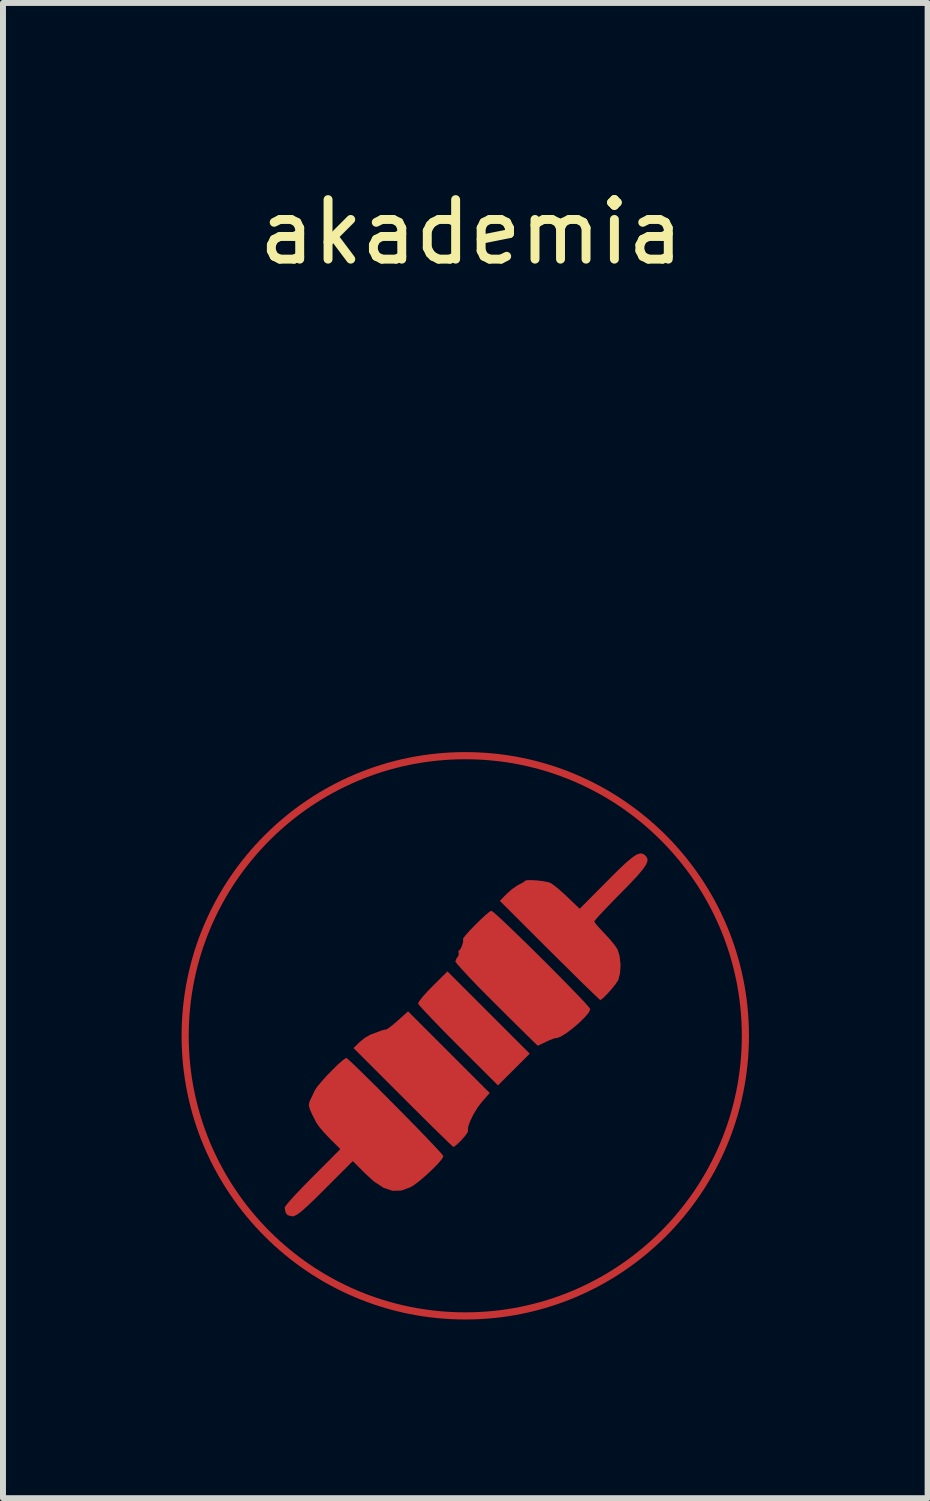
<source format=kicad_pcb>
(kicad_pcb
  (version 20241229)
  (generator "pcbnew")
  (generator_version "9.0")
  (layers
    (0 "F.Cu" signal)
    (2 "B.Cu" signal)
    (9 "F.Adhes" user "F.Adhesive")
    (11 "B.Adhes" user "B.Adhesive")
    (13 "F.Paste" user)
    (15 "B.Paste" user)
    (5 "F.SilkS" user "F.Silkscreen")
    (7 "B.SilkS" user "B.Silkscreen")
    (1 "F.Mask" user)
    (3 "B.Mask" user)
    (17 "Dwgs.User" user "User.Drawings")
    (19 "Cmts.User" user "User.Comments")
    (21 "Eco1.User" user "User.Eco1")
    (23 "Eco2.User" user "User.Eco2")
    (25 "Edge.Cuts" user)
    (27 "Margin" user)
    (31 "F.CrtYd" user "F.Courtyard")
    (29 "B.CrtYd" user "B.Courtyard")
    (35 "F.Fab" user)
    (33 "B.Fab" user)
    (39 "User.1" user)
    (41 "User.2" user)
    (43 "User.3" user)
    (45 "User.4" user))
  (footprint "akademia"
    (layer "F.Cu")
    (at 4.765 14.348)
    (property "Reference" "akademia" (at 0.1 -13.5 0) (unlocked yes) (layer "F.SilkS") (effects (font (size 1 1) (thickness 0.15))))
    (attr smd)
    (fp_circle (center 0 0) (end 4.705 0) (stroke (width 0.12) (type solid)) (fill no) (layer "F.Cu"))
    (fp_poly (pts (xy 1.083 0.3) (xy 0.816 0.567) (xy 0.549 0.833) (xy -0.117 0.168) (xy -0.29 -0.006) (xy -0.447 -0.166) (xy -0.581 -0.306) (xy -0.688 -0.419) (xy -0.76 -0.498) (xy -0.792 -0.539) (xy -0.793 -0.541) (xy -0.774 -0.58) (xy -0.717 -0.654) (xy -0.63 -0.751) (xy -0.55 -0.833) (xy -0.299 -1.082)) (stroke (width 0) (type solid)) (fill yes) (layer "F.Cu"))
    (fp_poly (pts (xy 0.411 0.961) (xy 0.275 1.116) (xy 0.206 1.207) (xy 0.14 1.316) (xy 0.086 1.426) (xy 0.051 1.52) (xy 0.043 1.582) (xy 0.048 1.593) (xy 0.038 1.624) (xy -0.005 1.684) (xy -0.067 1.755) (xy -0.132 1.819) (xy -0.183 1.86) (xy -0.2 1.867) (xy -0.227 1.844) (xy -0.295 1.779) (xy -0.399 1.678) (xy -0.535 1.545) (xy -0.695 1.387) (xy -0.875 1.208) (xy -1.047 1.036) (xy -1.877 0.206) (xy -1.78 0.11) (xy -1.69 0.036) (xy -1.596 -0.018) (xy -1.583 -0.023) (xy -1.489 -0.058) (xy -1.417 -0.086) (xy -1.353 -0.104) (xy -1.328 -0.106) (xy -1.294 -0.125) (xy -1.225 -0.177) (xy -1.137 -0.253) (xy -1.133 -0.256) (xy -0.961 -0.411)) (stroke (width 0) (type solid)) (fill yes) (layer "F.Cu"))
    (fp_poly (pts (xy 0.472 -2.077) (xy 0.545 -2.013) (xy 0.651 -1.915) (xy 0.784 -1.788) (xy 0.936 -1.641) (xy 1.102 -1.479) (xy 1.274 -1.308) (xy 1.446 -1.137) (xy 1.611 -0.97) (xy 1.762 -0.816) (xy 1.894 -0.68) (xy 1.998 -0.569) (xy 2.069 -0.49) (xy 2.099 -0.45) (xy 2.1 -0.447) (xy 2.075 -0.39) (xy 2.007 -0.31) (xy 1.912 -0.217) (xy 1.804 -0.124) (xy 1.695 -0.042) (xy 1.6 0.016) (xy 1.533 0.039) (xy 1.524 0.038) (xy 1.481 0.048) (xy 1.402 0.08) (xy 1.359 0.1) (xy 1.277 0.139) (xy 1.225 0.163) (xy 1.217 0.167) (xy 1.193 0.144) (xy 1.128 0.08) (xy 1.027 -0.019) (xy 0.897 -0.147) (xy 0.743 -0.299) (xy 0.572 -0.469) (xy 0.523 -0.518) (xy 0.347 -0.694) (xy 0.188 -0.856) (xy 0.051 -0.999) (xy -0.057 -1.116) (xy -0.131 -1.2) (xy -0.165 -1.245) (xy -0.167 -1.249) (xy -0.144 -1.307) (xy -0.131 -1.318) (xy -0.109 -1.364) (xy -0.113 -1.387) (xy -0.114 -1.428) (xy -0.103 -1.433) (xy -0.08 -1.459) (xy -0.054 -1.517) (xy -0.036 -1.578) (xy -0.035 -1.615) (xy -0.039 -1.617) (xy -0.034 -1.639) (xy 0.01 -1.695) (xy 0.08 -1.773) (xy 0.166 -1.862) (xy 0.256 -1.95) (xy 0.339 -2.027) (xy 0.403 -2.081) (xy 0.438 -2.1)) (stroke (width 0) (type solid)) (fill yes) (layer "F.Cu"))
    (fp_poly (pts (xy -1.962 0.4) (xy -1.889 0.467) (xy -1.784 0.569) (xy -1.652 0.698) (xy -1.501 0.847) (xy -1.338 1.011) (xy -1.168 1.182) (xy -0.999 1.353) (xy -0.837 1.518) (xy -0.689 1.671) (xy -0.562 1.804) (xy -0.461 1.911) (xy -0.394 1.986) (xy -0.367 2.02) (xy -0.367 2.021) (xy -0.391 2.068) (xy -0.454 2.144) (xy -0.545 2.237) (xy -0.651 2.336) (xy -0.758 2.429) (xy -0.855 2.503) (xy -0.917 2.542) (xy -1.071 2.599) (xy -1.22 2.604) (xy -1.372 2.554) (xy -1.534 2.447) (xy -1.687 2.307) (xy -1.889 2.105) (xy -2.353 2.569) (xy -2.523 2.738) (xy -2.654 2.862) (xy -2.752 2.949) (xy -2.824 3.003) (xy -2.877 3.029) (xy -2.904 3.033) (xy -2.979 3.015) (xy -3.013 2.981) (xy -3.031 2.908) (xy -3.033 2.884) (xy -3.011 2.848) (xy -2.948 2.773) (xy -2.852 2.667) (xy -2.729 2.538) (xy -2.588 2.394) (xy -2.566 2.372) (xy -2.098 1.903) (xy -2.276 1.727) (xy -2.372 1.625) (xy -2.455 1.527) (xy -2.506 1.452) (xy -2.507 1.45) (xy -2.573 1.319) (xy -2.612 1.231) (xy -2.627 1.172) (xy -2.622 1.125) (xy -2.606 1.083) (xy -2.559 0.985) (xy -2.527 0.916) (xy -2.488 0.856) (xy -2.417 0.771) (xy -2.328 0.672) (xy -2.23 0.571) (xy -2.137 0.48) (xy -2.058 0.411) (xy -2.007 0.375) (xy -1.996 0.373)) (stroke (width 0) (type solid)) (fill yes) (layer "F.Cu"))
    (fp_poly (pts (xy 2.985 -3.057) (xy 3.026 -3.027) (xy 3.027 -3.027) (xy 3.056 -2.986) (xy 3.062 -2.939) (xy 3.039 -2.878) (xy 2.985 -2.798) (xy 2.894 -2.69) (xy 2.763 -2.55) (xy 2.617 -2.401) (xy 2.477 -2.259) (xy 2.355 -2.132) (xy 2.257 -2.028) (xy 2.192 -1.955) (xy 2.167 -1.921) (xy 2.167 -1.92) (xy 2.188 -1.885) (xy 2.246 -1.818) (xy 2.327 -1.731) (xy 2.336 -1.722) (xy 2.429 -1.621) (xy 2.51 -1.522) (xy 2.558 -1.451) (xy 2.593 -1.338) (xy 2.608 -1.195) (xy 2.6 -1.051) (xy 2.571 -0.938) (xy 2.567 -0.932) (xy 2.526 -0.869) (xy 2.462 -0.789) (xy 2.388 -0.707) (xy 2.321 -0.639) (xy 2.276 -0.603) (xy 2.268 -0.6) (xy 2.241 -0.623) (xy 2.173 -0.688) (xy 2.068 -0.789) (xy 1.932 -0.921) (xy 1.772 -1.08) (xy 1.591 -1.259) (xy 1.415 -1.433) (xy 0.581 -2.266) (xy 0.692 -2.381) (xy 0.782 -2.461) (xy 0.874 -2.525) (xy 0.902 -2.54) (xy 0.969 -2.574) (xy 1 -2.599) (xy 1 -2.6) (xy 1.029 -2.613) (xy 1.104 -2.615) (xy 1.203 -2.61) (xy 1.307 -2.597) (xy 1.394 -2.58) (xy 1.437 -2.565) (xy 1.498 -2.522) (xy 1.589 -2.447) (xy 1.693 -2.353) (xy 1.719 -2.328) (xy 1.922 -2.134) (xy 2.385 -2.6) (xy 2.559 -2.774) (xy 2.695 -2.903) (xy 2.799 -2.991) (xy 2.878 -3.044) (xy 2.938 -3.064)) (stroke (width 0) (type solid)) (fill yes) (layer "F.Cu"))
    (fp_circle (center 0 0) (end 4.705 0) (stroke (width 0.12) (type solid)) (fill no) (layer "F.Mask"))
    (fp_poly (pts (xy 1.083 0.3) (xy 0.816 0.567) (xy 0.549 0.833) (xy -0.117 0.168) (xy -0.29 -0.006) (xy -0.447 -0.166) (xy -0.581 -0.306) (xy -0.688 -0.419) (xy -0.76 -0.498) (xy -0.792 -0.539) (xy -0.793 -0.541) (xy -0.774 -0.58) (xy -0.717 -0.654) (xy -0.63 -0.751) (xy -0.55 -0.833) (xy -0.299 -1.082)) (stroke (width 0) (type solid)) (fill yes) (layer "F.Mask"))
    (fp_poly (pts (xy 0.411 0.961) (xy 0.275 1.116) (xy 0.206 1.207) (xy 0.14 1.316) (xy 0.086 1.426) (xy 0.051 1.52) (xy 0.043 1.582) (xy 0.048 1.593) (xy 0.038 1.624) (xy -0.005 1.684) (xy -0.067 1.755) (xy -0.132 1.819) (xy -0.183 1.86) (xy -0.2 1.867) (xy -0.227 1.844) (xy -0.295 1.779) (xy -0.399 1.678) (xy -0.535 1.545) (xy -0.695 1.387) (xy -0.875 1.208) (xy -1.047 1.036) (xy -1.877 0.206) (xy -1.78 0.11) (xy -1.69 0.036) (xy -1.596 -0.018) (xy -1.583 -0.023) (xy -1.489 -0.058) (xy -1.417 -0.086) (xy -1.353 -0.104) (xy -1.328 -0.106) (xy -1.294 -0.125) (xy -1.225 -0.177) (xy -1.137 -0.253) (xy -1.133 -0.256) (xy -0.961 -0.411)) (stroke (width 0) (type solid)) (fill yes) (layer "F.Mask"))
    (fp_poly (pts (xy 0.472 -2.077) (xy 0.545 -2.013) (xy 0.651 -1.915) (xy 0.784 -1.788) (xy 0.936 -1.641) (xy 1.102 -1.479) (xy 1.274 -1.308) (xy 1.446 -1.137) (xy 1.611 -0.97) (xy 1.762 -0.816) (xy 1.894 -0.68) (xy 1.998 -0.569) (xy 2.069 -0.49) (xy 2.099 -0.45) (xy 2.1 -0.447) (xy 2.075 -0.39) (xy 2.007 -0.31) (xy 1.912 -0.217) (xy 1.804 -0.124) (xy 1.695 -0.042) (xy 1.6 0.016) (xy 1.533 0.039) (xy 1.524 0.038) (xy 1.481 0.048) (xy 1.402 0.08) (xy 1.359 0.1) (xy 1.277 0.139) (xy 1.225 0.163) (xy 1.217 0.167) (xy 1.193 0.144) (xy 1.128 0.08) (xy 1.027 -0.019) (xy 0.897 -0.147) (xy 0.743 -0.299) (xy 0.572 -0.469) (xy 0.523 -0.518) (xy 0.347 -0.694) (xy 0.188 -0.856) (xy 0.051 -0.999) (xy -0.057 -1.116) (xy -0.131 -1.2) (xy -0.165 -1.245) (xy -0.167 -1.249) (xy -0.144 -1.307) (xy -0.131 -1.318) (xy -0.109 -1.364) (xy -0.113 -1.387) (xy -0.114 -1.428) (xy -0.103 -1.433) (xy -0.08 -1.459) (xy -0.054 -1.517) (xy -0.036 -1.578) (xy -0.035 -1.615) (xy -0.039 -1.617) (xy -0.034 -1.639) (xy 0.01 -1.695) (xy 0.08 -1.773) (xy 0.166 -1.862) (xy 0.256 -1.95) (xy 0.339 -2.027) (xy 0.403 -2.081) (xy 0.438 -2.1)) (stroke (width 0) (type solid)) (fill yes) (layer "F.Mask"))
    (fp_poly (pts (xy -1.962 0.4) (xy -1.889 0.467) (xy -1.784 0.569) (xy -1.652 0.698) (xy -1.501 0.847) (xy -1.338 1.011) (xy -1.168 1.182) (xy -0.999 1.353) (xy -0.837 1.518) (xy -0.689 1.671) (xy -0.562 1.804) (xy -0.461 1.911) (xy -0.394 1.986) (xy -0.367 2.02) (xy -0.367 2.021) (xy -0.391 2.068) (xy -0.454 2.144) (xy -0.545 2.237) (xy -0.651 2.336) (xy -0.758 2.429) (xy -0.855 2.503) (xy -0.917 2.542) (xy -1.071 2.599) (xy -1.22 2.604) (xy -1.372 2.554) (xy -1.534 2.447) (xy -1.687 2.307) (xy -1.889 2.105) (xy -2.353 2.569) (xy -2.523 2.738) (xy -2.654 2.862) (xy -2.752 2.949) (xy -2.824 3.003) (xy -2.877 3.029) (xy -2.904 3.033) (xy -2.979 3.015) (xy -3.013 2.981) (xy -3.031 2.908) (xy -3.033 2.884) (xy -3.011 2.848) (xy -2.948 2.773) (xy -2.852 2.667) (xy -2.729 2.538) (xy -2.588 2.394) (xy -2.566 2.372) (xy -2.098 1.903) (xy -2.276 1.727) (xy -2.372 1.625) (xy -2.455 1.527) (xy -2.506 1.452) (xy -2.507 1.45) (xy -2.573 1.319) (xy -2.612 1.231) (xy -2.627 1.172) (xy -2.622 1.125) (xy -2.606 1.083) (xy -2.559 0.985) (xy -2.527 0.916) (xy -2.488 0.856) (xy -2.417 0.771) (xy -2.328 0.672) (xy -2.23 0.571) (xy -2.137 0.48) (xy -2.058 0.411) (xy -2.007 0.375) (xy -1.996 0.373)) (stroke (width 0) (type solid)) (fill yes) (layer "F.Mask"))
    (fp_poly (pts (xy 2.985 -3.057) (xy 3.026 -3.027) (xy 3.027 -3.027) (xy 3.056 -2.986) (xy 3.062 -2.939) (xy 3.039 -2.878) (xy 2.985 -2.798) (xy 2.894 -2.69) (xy 2.763 -2.55) (xy 2.617 -2.401) (xy 2.477 -2.259) (xy 2.355 -2.132) (xy 2.257 -2.028) (xy 2.192 -1.955) (xy 2.167 -1.921) (xy 2.167 -1.92) (xy 2.188 -1.885) (xy 2.246 -1.818) (xy 2.327 -1.731) (xy 2.336 -1.722) (xy 2.429 -1.621) (xy 2.51 -1.522) (xy 2.558 -1.451) (xy 2.593 -1.338) (xy 2.608 -1.195) (xy 2.6 -1.051) (xy 2.571 -0.938) (xy 2.567 -0.932) (xy 2.526 -0.869) (xy 2.462 -0.789) (xy 2.388 -0.707) (xy 2.321 -0.639) (xy 2.276 -0.603) (xy 2.268 -0.6) (xy 2.241 -0.623) (xy 2.173 -0.688) (xy 2.068 -0.789) (xy 1.932 -0.921) (xy 1.772 -1.08) (xy 1.591 -1.259) (xy 1.415 -1.433) (xy 0.581 -2.266) (xy 0.692 -2.381) (xy 0.782 -2.461) (xy 0.874 -2.525) (xy 0.902 -2.54) (xy 0.969 -2.574) (xy 1 -2.599) (xy 1 -2.6) (xy 1.029 -2.613) (xy 1.104 -2.615) (xy 1.203 -2.61) (xy 1.307 -2.597) (xy 1.394 -2.58) (xy 1.437 -2.565) (xy 1.498 -2.522) (xy 1.589 -2.447) (xy 1.693 -2.353) (xy 1.719 -2.328) (xy 1.922 -2.134) (xy 2.385 -2.6) (xy 2.559 -2.774) (xy 2.695 -2.903) (xy 2.799 -2.991) (xy 2.878 -3.044) (xy 2.938 -3.064)) (stroke (width 0) (type solid)) (fill yes) (layer "F.Mask"))
    (fp_circle (center 0 0) (end 4.705 0) (stroke (width 0.12) (type solid)) (fill no) (layer "F.Paste"))
    (fp_poly (pts (xy 1.083 0.3) (xy 0.816 0.567) (xy 0.549 0.833) (xy -0.117 0.168) (xy -0.29 -0.006) (xy -0.447 -0.166) (xy -0.581 -0.306) (xy -0.688 -0.419) (xy -0.76 -0.498) (xy -0.792 -0.539) (xy -0.793 -0.541) (xy -0.774 -0.58) (xy -0.717 -0.654) (xy -0.63 -0.751) (xy -0.55 -0.833) (xy -0.299 -1.082)) (stroke (width 0) (type solid)) (fill yes) (layer "F.Paste"))
    (fp_poly (pts (xy 0.411 0.961) (xy 0.275 1.116) (xy 0.206 1.207) (xy 0.14 1.316) (xy 0.086 1.426) (xy 0.051 1.52) (xy 0.043 1.582) (xy 0.048 1.593) (xy 0.038 1.624) (xy -0.005 1.684) (xy -0.067 1.755) (xy -0.132 1.819) (xy -0.183 1.86) (xy -0.2 1.867) (xy -0.227 1.844) (xy -0.295 1.779) (xy -0.399 1.678) (xy -0.535 1.545) (xy -0.695 1.387) (xy -0.875 1.208) (xy -1.047 1.036) (xy -1.877 0.206) (xy -1.78 0.11) (xy -1.69 0.036) (xy -1.596 -0.018) (xy -1.583 -0.023) (xy -1.489 -0.058) (xy -1.417 -0.086) (xy -1.353 -0.104) (xy -1.328 -0.106) (xy -1.294 -0.125) (xy -1.225 -0.177) (xy -1.137 -0.253) (xy -1.133 -0.256) (xy -0.961 -0.411)) (stroke (width 0) (type solid)) (fill yes) (layer "F.Paste"))
    (fp_poly (pts (xy 0.472 -2.077) (xy 0.545 -2.013) (xy 0.651 -1.915) (xy 0.784 -1.788) (xy 0.936 -1.641) (xy 1.102 -1.479) (xy 1.274 -1.308) (xy 1.446 -1.137) (xy 1.611 -0.97) (xy 1.762 -0.816) (xy 1.894 -0.68) (xy 1.998 -0.569) (xy 2.069 -0.49) (xy 2.099 -0.45) (xy 2.1 -0.447) (xy 2.075 -0.39) (xy 2.007 -0.31) (xy 1.912 -0.217) (xy 1.804 -0.124) (xy 1.695 -0.042) (xy 1.6 0.016) (xy 1.533 0.039) (xy 1.524 0.038) (xy 1.481 0.048) (xy 1.402 0.08) (xy 1.359 0.1) (xy 1.277 0.139) (xy 1.225 0.163) (xy 1.217 0.167) (xy 1.193 0.144) (xy 1.128 0.08) (xy 1.027 -0.019) (xy 0.897 -0.147) (xy 0.743 -0.299) (xy 0.572 -0.469) (xy 0.523 -0.518) (xy 0.347 -0.694) (xy 0.188 -0.856) (xy 0.051 -0.999) (xy -0.057 -1.116) (xy -0.131 -1.2) (xy -0.165 -1.245) (xy -0.167 -1.249) (xy -0.144 -1.307) (xy -0.131 -1.318) (xy -0.109 -1.364) (xy -0.113 -1.387) (xy -0.114 -1.428) (xy -0.103 -1.433) (xy -0.08 -1.459) (xy -0.054 -1.517) (xy -0.036 -1.578) (xy -0.035 -1.615) (xy -0.039 -1.617) (xy -0.034 -1.639) (xy 0.01 -1.695) (xy 0.08 -1.773) (xy 0.166 -1.862) (xy 0.256 -1.95) (xy 0.339 -2.027) (xy 0.403 -2.081) (xy 0.438 -2.1)) (stroke (width 0) (type solid)) (fill yes) (layer "F.Paste"))
    (fp_poly (pts (xy -1.962 0.4) (xy -1.889 0.467) (xy -1.784 0.569) (xy -1.652 0.698) (xy -1.501 0.847) (xy -1.338 1.011) (xy -1.168 1.182) (xy -0.999 1.353) (xy -0.837 1.518) (xy -0.689 1.671) (xy -0.562 1.804) (xy -0.461 1.911) (xy -0.394 1.986) (xy -0.367 2.02) (xy -0.367 2.021) (xy -0.391 2.068) (xy -0.454 2.144) (xy -0.545 2.237) (xy -0.651 2.336) (xy -0.758 2.429) (xy -0.855 2.503) (xy -0.917 2.542) (xy -1.071 2.599) (xy -1.22 2.604) (xy -1.372 2.554) (xy -1.534 2.447) (xy -1.687 2.307) (xy -1.889 2.105) (xy -2.353 2.569) (xy -2.523 2.738) (xy -2.654 2.862) (xy -2.752 2.949) (xy -2.824 3.003) (xy -2.877 3.029) (xy -2.904 3.033) (xy -2.979 3.015) (xy -3.013 2.981) (xy -3.031 2.908) (xy -3.033 2.884) (xy -3.011 2.848) (xy -2.948 2.773) (xy -2.852 2.667) (xy -2.729 2.538) (xy -2.588 2.394) (xy -2.566 2.372) (xy -2.098 1.903) (xy -2.276 1.727) (xy -2.372 1.625) (xy -2.455 1.527) (xy -2.506 1.452) (xy -2.507 1.45) (xy -2.573 1.319) (xy -2.612 1.231) (xy -2.627 1.172) (xy -2.622 1.125) (xy -2.606 1.083) (xy -2.559 0.985) (xy -2.527 0.916) (xy -2.488 0.856) (xy -2.417 0.771) (xy -2.328 0.672) (xy -2.23 0.571) (xy -2.137 0.48) (xy -2.058 0.411) (xy -2.007 0.375) (xy -1.996 0.373)) (stroke (width 0) (type solid)) (fill yes) (layer "F.Paste"))
    (fp_poly (pts (xy 2.985 -3.057) (xy 3.026 -3.027) (xy 3.027 -3.027) (xy 3.056 -2.986) (xy 3.062 -2.939) (xy 3.039 -2.878) (xy 2.985 -2.798) (xy 2.894 -2.69) (xy 2.763 -2.55) (xy 2.617 -2.401) (xy 2.477 -2.259) (xy 2.355 -2.132) (xy 2.257 -2.028) (xy 2.192 -1.955) (xy 2.167 -1.921) (xy 2.167 -1.92) (xy 2.188 -1.885) (xy 2.246 -1.818) (xy 2.327 -1.731) (xy 2.336 -1.722) (xy 2.429 -1.621) (xy 2.51 -1.522) (xy 2.558 -1.451) (xy 2.593 -1.338) (xy 2.608 -1.195) (xy 2.6 -1.051) (xy 2.571 -0.938) (xy 2.567 -0.932) (xy 2.526 -0.869) (xy 2.462 -0.789) (xy 2.388 -0.707) (xy 2.321 -0.639) (xy 2.276 -0.603) (xy 2.268 -0.6) (xy 2.241 -0.623) (xy 2.173 -0.688) (xy 2.068 -0.789) (xy 1.932 -0.921) (xy 1.772 -1.08) (xy 1.591 -1.259) (xy 1.415 -1.433) (xy 0.581 -2.266) (xy 0.692 -2.381) (xy 0.782 -2.461) (xy 0.874 -2.525) (xy 0.902 -2.54) (xy 0.969 -2.574) (xy 1 -2.599) (xy 1 -2.6) (xy 1.029 -2.613) (xy 1.104 -2.615) (xy 1.203 -2.61) (xy 1.307 -2.597) (xy 1.394 -2.58) (xy 1.437 -2.565) (xy 1.498 -2.522) (xy 1.589 -2.447) (xy 1.693 -2.353) (xy 1.719 -2.328) (xy 1.922 -2.134) (xy 2.385 -2.6) (xy 2.559 -2.774) (xy 2.695 -2.903) (xy 2.799 -2.991) (xy 2.878 -3.044) (xy 2.938 -3.064)) (stroke (width 0) (type solid)) (fill yes) (layer "F.Paste")))
  (gr_rect
    (start -3 -3)
    (end 12.531 22.114)
    (stroke (width 0.1) (type default))
    (fill no)
    (layer "Edge.Cuts")))
</source>
